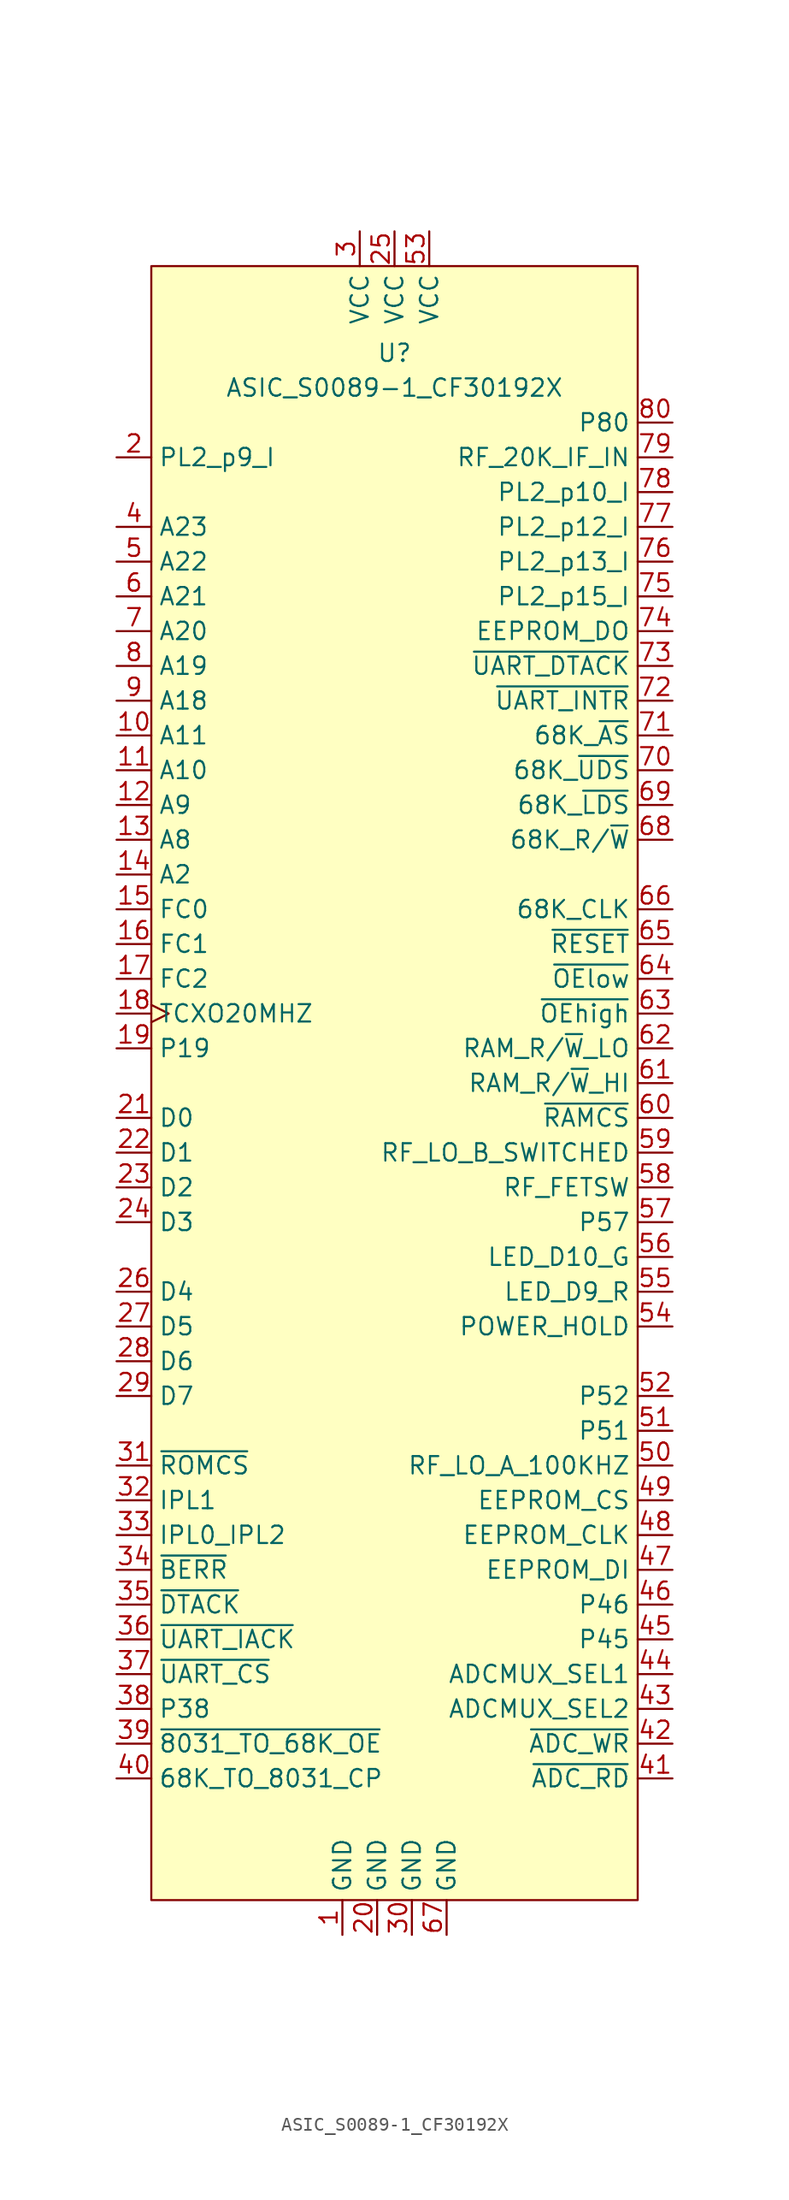
<source format=kicad_sym>
(kicad_symbol_lib
  (version 20211014)
  (generator kicad_symbol_editor)
  (symbol "ASIC_S0089-1_CF30192X"
    (property "Reference" "U"
      (at 0 53.34 0)
      (effects (font (size 1.27 1.27))))
    (property "Value" "ASIC_S0089-1_CF30192X"
      (at 0 50.8 0)
      (effects (font (size 1.27 1.27))))
    (symbol "ASIC_S0089-1_CF30192X_0_1"
      (rectangle (start -17.78 59.69) (end 17.78 -59.69) (stroke (width 0) (type default) (color 0 0 0 0)) (fill (type background))))
    (symbol "ASIC_S0089-1_CF30192X_1_1"
      (pin power_in line (at -3.81 -62.23 90) (length 2.54) (name "GND" (effects (font (size 1.27 1.27)))) (number "1" (effects (font (size 1.27 1.27)))))
      (pin input line (at -20.32 25.4 0) (length 2.54) (name "A11" (effects (font (size 1.27 1.27)))) (number "10" (effects (font (size 1.27 1.27)))))
      (pin input line (at -20.32 22.86 0) (length 2.54) (name "A10" (effects (font (size 1.27 1.27)))) (number "11" (effects (font (size 1.27 1.27)))))
      (pin input line (at -20.32 20.32 0) (length 2.54) (name "A9" (effects (font (size 1.27 1.27)))) (number "12" (effects (font (size 1.27 1.27)))))
      (pin input line (at -20.32 17.78 0) (length 2.54) (name "A8" (effects (font (size 1.27 1.27)))) (number "13" (effects (font (size 1.27 1.27)))))
      (pin input line (at -20.32 15.24 0) (length 2.54) (name "A2" (effects (font (size 1.27 1.27)))) (number "14" (effects (font (size 1.27 1.27)))))
      (pin input line (at -20.32 12.7 0) (length 2.54) (name "FC0" (effects (font (size 1.27 1.27)))) (number "15" (effects (font (size 1.27 1.27)))))
      (pin input line (at -20.32 10.16 0) (length 2.54) (name "FC1" (effects (font (size 1.27 1.27)))) (number "16" (effects (font (size 1.27 1.27)))))
      (pin input line (at -20.32 7.62 0) (length 2.54) (name "FC2" (effects (font (size 1.27 1.27)))) (number "17" (effects (font (size 1.27 1.27)))))
      (pin input clock (at -20.32 5.08 0) (length 2.54) (name "TCXO20MHZ" (effects (font (size 1.27 1.27)))) (number "18" (effects (font (size 1.27 1.27)))))
      (pin passive line (at -20.32 2.54 0) (length 2.54) (name "P19" (effects (font (size 1.27 1.27)))) (number "19" (effects (font (size 1.27 1.27)))))
      (pin input line (at -20.32 45.72 0) (length 2.54) (name "PL2_p9_I" (effects (font (size 1.27 1.27)))) (number "2" (effects (font (size 1.27 1.27)))))
      (pin power_in line (at -1.27 -62.23 90) (length 2.54) (name "GND" (effects (font (size 1.27 1.27)))) (number "20" (effects (font (size 1.27 1.27)))))
      (pin bidirectional line (at -20.32 -2.54 0) (length 2.54) (name "D0" (effects (font (size 1.27 1.27)))) (number "21" (effects (font (size 1.27 1.27)))))
      (pin bidirectional line (at -20.32 -5.08 0) (length 2.54) (name "D1" (effects (font (size 1.27 1.27)))) (number "22" (effects (font (size 1.27 1.27)))))
      (pin bidirectional line (at -20.32 -7.62 0) (length 2.54) (name "D2" (effects (font (size 1.27 1.27)))) (number "23" (effects (font (size 1.27 1.27)))))
      (pin bidirectional line (at -20.32 -10.16 0) (length 2.54) (name "D3" (effects (font (size 1.27 1.27)))) (number "24" (effects (font (size 1.27 1.27)))))
      (pin power_in line (at 0 62.23 270) (length 2.54) (name "VCC" (effects (font (size 1.27 1.27)))) (number "25" (effects (font (size 1.27 1.27)))))
      (pin bidirectional line (at -20.32 -15.24 0) (length 2.54) (name "D4" (effects (font (size 1.27 1.27)))) (number "26" (effects (font (size 1.27 1.27)))))
      (pin bidirectional line (at -20.32 -17.78 0) (length 2.54) (name "D5" (effects (font (size 1.27 1.27)))) (number "27" (effects (font (size 1.27 1.27)))))
      (pin bidirectional line (at -20.32 -20.32 0) (length 2.54) (name "D6" (effects (font (size 1.27 1.27)))) (number "28" (effects (font (size 1.27 1.27)))))
      (pin bidirectional line (at -20.32 -22.86 0) (length 2.54) (name "D7" (effects (font (size 1.27 1.27)))) (number "29" (effects (font (size 1.27 1.27)))))
      (pin power_in line (at -2.54 62.23 270) (length 2.54) (name "VCC" (effects (font (size 1.27 1.27)))) (number "3" (effects (font (size 1.27 1.27)))))
      (pin power_in line (at 1.27 -62.23 90) (length 2.54) (name "GND" (effects (font (size 1.27 1.27)))) (number "30" (effects (font (size 1.27 1.27)))))
      (pin output line (at -20.32 -27.94 0) (length 2.54) (name "~{ROMCS}" (effects (font (size 1.27 1.27)))) (number "31" (effects (font (size 1.27 1.27)))))
      (pin output line (at -20.32 -30.48 0) (length 2.54) (name "IPL1" (effects (font (size 1.27 1.27)))) (number "32" (effects (font (size 1.27 1.27)))))
      (pin output line (at -20.32 -33.02 0) (length 2.54) (name "IPL0_IPL2" (effects (font (size 1.27 1.27)))) (number "33" (effects (font (size 1.27 1.27)))))
      (pin output line (at -20.32 -35.56 0) (length 2.54) (name "~{BERR}" (effects (font (size 1.27 1.27)))) (number "34" (effects (font (size 1.27 1.27)))))
      (pin output line (at -20.32 -38.1 0) (length 2.54) (name "~{DTACK}" (effects (font (size 1.27 1.27)))) (number "35" (effects (font (size 1.27 1.27)))))
      (pin output line (at -20.32 -40.64 0) (length 2.54) (name "~{UART_IACK}" (effects (font (size 1.27 1.27)))) (number "36" (effects (font (size 1.27 1.27)))))
      (pin output line (at -20.32 -43.18 0) (length 2.54) (name "~{UART_CS}" (effects (font (size 1.27 1.27)))) (number "37" (effects (font (size 1.27 1.27)))))
      (pin passive line (at -20.32 -45.72 0) (length 2.54) (name "P38" (effects (font (size 1.27 1.27)))) (number "38" (effects (font (size 1.27 1.27)))))
      (pin output line (at -20.32 -48.26 0) (length 2.54) (name "~{8031_TO_68K_OE}" (effects (font (size 1.27 1.27)))) (number "39" (effects (font (size 1.27 1.27)))))
      (pin input line (at -20.32 40.64 0) (length 2.54) (name "A23" (effects (font (size 1.27 1.27)))) (number "4" (effects (font (size 1.27 1.27)))))
      (pin output line (at -20.32 -50.8 0) (length 2.54) (name "68K_TO_8031_CP" (effects (font (size 1.27 1.27)))) (number "40" (effects (font (size 1.27 1.27)))))
      (pin output line (at 20.32 -50.8 180) (length 2.54) (name "~{ADC_RD}" (effects (font (size 1.27 1.27)))) (number "41" (effects (font (size 1.27 1.27)))))
      (pin output line (at 20.32 -48.26 180) (length 2.54) (name "~{ADC_WR}" (effects (font (size 1.27 1.27)))) (number "42" (effects (font (size 1.27 1.27)))))
      (pin output line (at 20.32 -45.72 180) (length 2.54) (name "ADCMUX_SEL2" (effects (font (size 1.27 1.27)))) (number "43" (effects (font (size 1.27 1.27)))))
      (pin output line (at 20.32 -43.18 180) (length 2.54) (name "ADCMUX_SEL1" (effects (font (size 1.27 1.27)))) (number "44" (effects (font (size 1.27 1.27)))))
      (pin passive line (at 20.32 -40.64 180) (length 2.54) (name "P45" (effects (font (size 1.27 1.27)))) (number "45" (effects (font (size 1.27 1.27)))))
      (pin passive line (at 20.32 -38.1 180) (length 2.54) (name "P46" (effects (font (size 1.27 1.27)))) (number "46" (effects (font (size 1.27 1.27)))))
      (pin output line (at 20.32 -35.56 180) (length 2.54) (name "EEPROM_DI" (effects (font (size 1.27 1.27)))) (number "47" (effects (font (size 1.27 1.27)))))
      (pin output line (at 20.32 -33.02 180) (length 2.54) (name "EEPROM_CLK" (effects (font (size 1.27 1.27)))) (number "48" (effects (font (size 1.27 1.27)))))
      (pin output line (at 20.32 -30.48 180) (length 2.54) (name "EEPROM_CS" (effects (font (size 1.27 1.27)))) (number "49" (effects (font (size 1.27 1.27)))))
      (pin input line (at -20.32 38.1 0) (length 2.54) (name "A22" (effects (font (size 1.27 1.27)))) (number "5" (effects (font (size 1.27 1.27)))))
      (pin output line (at 20.32 -27.94 180) (length 2.54) (name "RF_LO_A_100KHZ" (effects (font (size 1.27 1.27)))) (number "50" (effects (font (size 1.27 1.27)))))
      (pin passive line (at 20.32 -25.4 180) (length 2.54) (name "P51" (effects (font (size 1.27 1.27)))) (number "51" (effects (font (size 1.27 1.27)))))
      (pin passive line (at 20.32 -22.86 180) (length 2.54) (name "P52" (effects (font (size 1.27 1.27)))) (number "52" (effects (font (size 1.27 1.27)))))
      (pin power_in line (at 2.54 62.23 270) (length 2.54) (name "VCC" (effects (font (size 1.27 1.27)))) (number "53" (effects (font (size 1.27 1.27)))))
      (pin output line (at 20.32 -17.78 180) (length 2.54) (name "POWER_HOLD" (effects (font (size 1.27 1.27)))) (number "54" (effects (font (size 1.27 1.27)))))
      (pin output line (at 20.32 -15.24 180) (length 2.54) (name "LED_D9_R" (effects (font (size 1.27 1.27)))) (number "55" (effects (font (size 1.27 1.27)))))
      (pin output line (at 20.32 -12.7 180) (length 2.54) (name "LED_D10_G" (effects (font (size 1.27 1.27)))) (number "56" (effects (font (size 1.27 1.27)))))
      (pin passive line (at 20.32 -10.16 180) (length 2.54) (name "P57" (effects (font (size 1.27 1.27)))) (number "57" (effects (font (size 1.27 1.27)))))
      (pin output line (at 20.32 -7.62 180) (length 2.54) (name "RF_FETSW" (effects (font (size 1.27 1.27)))) (number "58" (effects (font (size 1.27 1.27)))))
      (pin output line (at 20.32 -5.08 180) (length 2.54) (name "RF_LO_B_SWITCHED" (effects (font (size 1.27 1.27)))) (number "59" (effects (font (size 1.27 1.27)))))
      (pin input line (at -20.32 35.56 0) (length 2.54) (name "A21" (effects (font (size 1.27 1.27)))) (number "6" (effects (font (size 1.27 1.27)))))
      (pin output line (at 20.32 -2.54 180) (length 2.54) (name "~{RAMCS}" (effects (font (size 1.27 1.27)))) (number "60" (effects (font (size 1.27 1.27)))))
      (pin output line (at 20.32 0 180) (length 2.54) (name "RAM_R/~{W}_HI" (effects (font (size 1.27 1.27)))) (number "61" (effects (font (size 1.27 1.27)))))
      (pin output line (at 20.32 2.54 180) (length 2.54) (name "RAM_R/~{W}_LO" (effects (font (size 1.27 1.27)))) (number "62" (effects (font (size 1.27 1.27)))))
      (pin output line (at 20.32 5.08 180) (length 2.54) (name "~{OEhigh}" (effects (font (size 1.27 1.27)))) (number "63" (effects (font (size 1.27 1.27)))))
      (pin output line (at 20.32 7.62 180) (length 2.54) (name "~{OElow}" (effects (font (size 1.27 1.27)))) (number "64" (effects (font (size 1.27 1.27)))))
      (pin input line (at 20.32 10.16 180) (length 2.54) (name "~{RESET}" (effects (font (size 1.27 1.27)))) (number "65" (effects (font (size 1.27 1.27)))))
      (pin output line (at 20.32 12.7 180) (length 2.54) (name "68K_CLK" (effects (font (size 1.27 1.27)))) (number "66" (effects (font (size 1.27 1.27)))))
      (pin power_in line (at 3.81 -62.23 90) (length 2.54) (name "GND" (effects (font (size 1.27 1.27)))) (number "67" (effects (font (size 1.27 1.27)))))
      (pin input line (at 20.32 17.78 180) (length 2.54) (name "68K_R/~{W}" (effects (font (size 1.27 1.27)))) (number "68" (effects (font (size 1.27 1.27)))))
      (pin input line (at 20.32 20.32 180) (length 2.54) (name "68K_~{LDS}" (effects (font (size 1.27 1.27)))) (number "69" (effects (font (size 1.27 1.27)))))
      (pin input line (at -20.32 33.02 0) (length 2.54) (name "A20" (effects (font (size 1.27 1.27)))) (number "7" (effects (font (size 1.27 1.27)))))
      (pin input line (at 20.32 22.86 180) (length 2.54) (name "68K_~{UDS}" (effects (font (size 1.27 1.27)))) (number "70" (effects (font (size 1.27 1.27)))))
      (pin input line (at 20.32 25.4 180) (length 2.54) (name "68K_~{AS}" (effects (font (size 1.27 1.27)))) (number "71" (effects (font (size 1.27 1.27)))))
      (pin input line (at 20.32 27.94 180) (length 2.54) (name "~{UART_INTR}" (effects (font (size 1.27 1.27)))) (number "72" (effects (font (size 1.27 1.27)))))
      (pin input line (at 20.32 30.48 180) (length 2.54) (name "~{UART_DTACK}" (effects (font (size 1.27 1.27)))) (number "73" (effects (font (size 1.27 1.27)))))
      (pin input line (at 20.32 33.02 180) (length 2.54) (name "EEPROM_DO" (effects (font (size 1.27 1.27)))) (number "74" (effects (font (size 1.27 1.27)))))
      (pin input line (at 20.32 35.56 180) (length 2.54) (name "PL2_p15_I" (effects (font (size 1.27 1.27)))) (number "75" (effects (font (size 1.27 1.27)))))
      (pin input line (at 20.32 38.1 180) (length 2.54) (name "PL2_p13_I" (effects (font (size 1.27 1.27)))) (number "76" (effects (font (size 1.27 1.27)))))
      (pin input line (at 20.32 40.64 180) (length 2.54) (name "PL2_p12_I" (effects (font (size 1.27 1.27)))) (number "77" (effects (font (size 1.27 1.27)))))
      (pin input line (at 20.32 43.18 180) (length 2.54) (name "PL2_p10_I" (effects (font (size 1.27 1.27)))) (number "78" (effects (font (size 1.27 1.27)))))
      (pin input line (at 20.32 45.72 180) (length 2.54) (name "RF_20K_IF_IN" (effects (font (size 1.27 1.27)))) (number "79" (effects (font (size 1.27 1.27)))))
      (pin input line (at -20.32 30.48 0) (length 2.54) (name "A19" (effects (font (size 1.27 1.27)))) (number "8" (effects (font (size 1.27 1.27)))))
      (pin passive line (at 20.32 48.26 180) (length 2.54) (name "P80" (effects (font (size 1.27 1.27)))) (number "80" (effects (font (size 1.27 1.27)))))
      (pin input line (at -20.32 27.94 0) (length 2.54) (name "A18" (effects (font (size 1.27 1.27)))) (number "9" (effects (font (size 1.27 1.27))))))))
</source>
